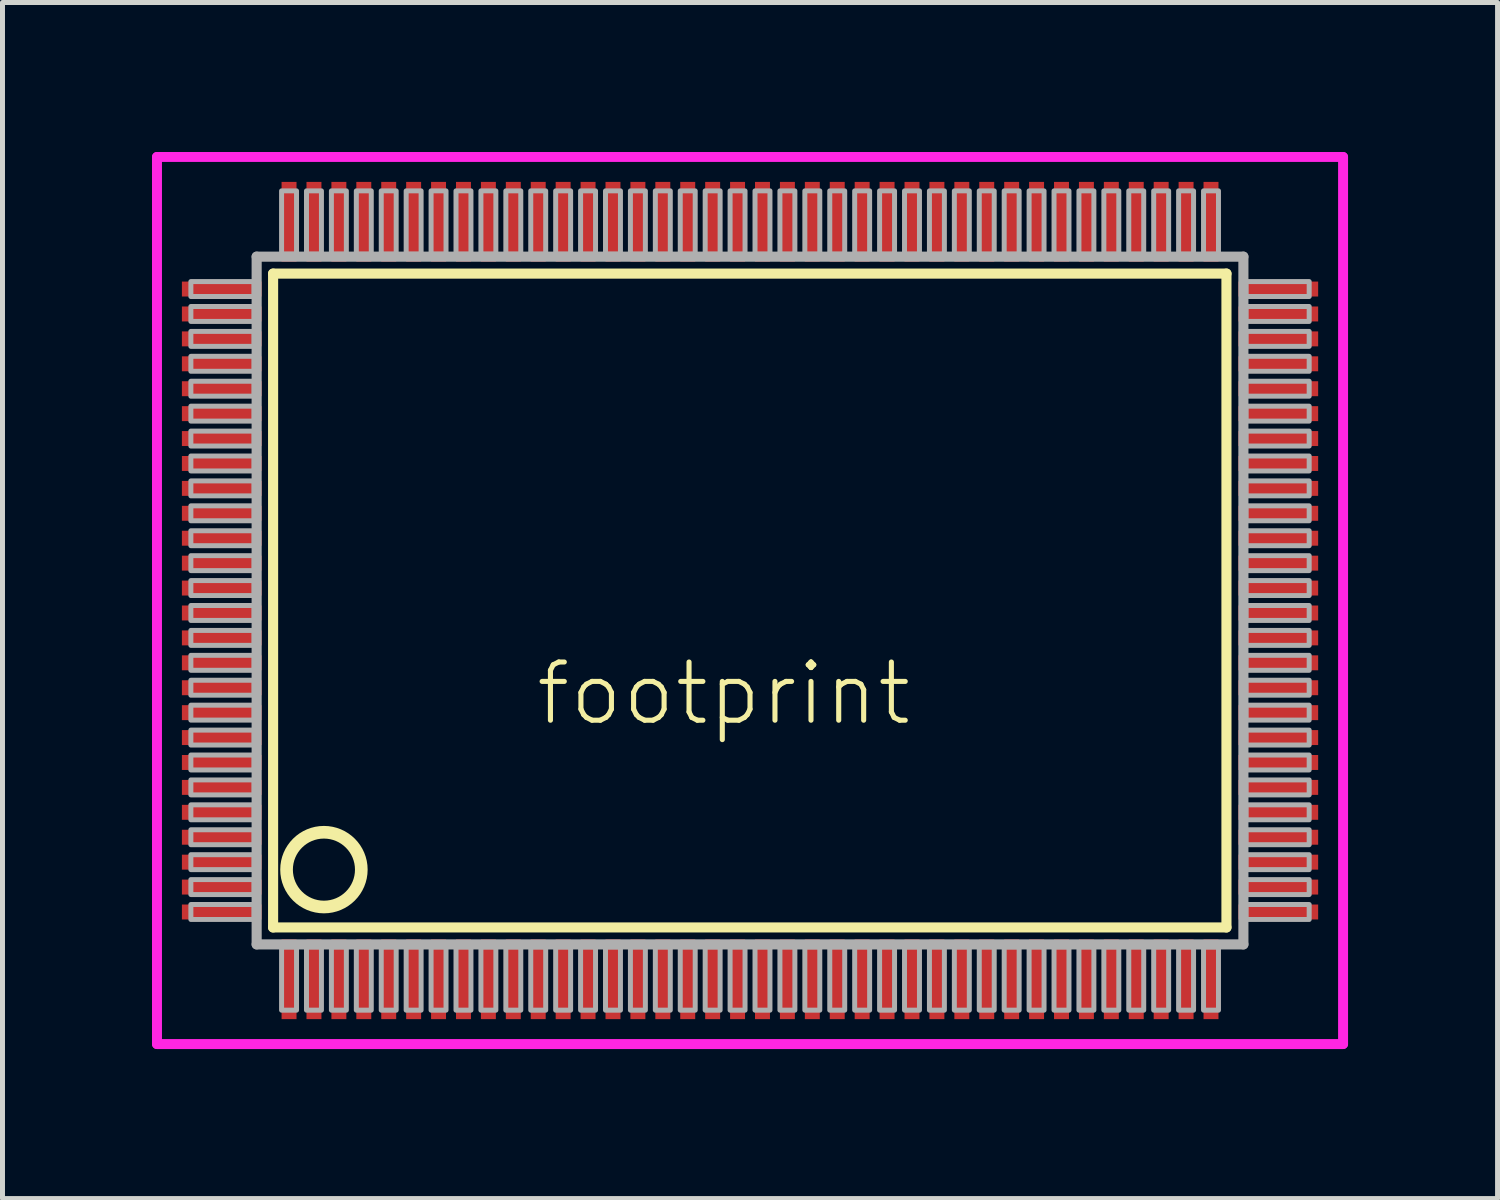
<source format=kicad_pcb>
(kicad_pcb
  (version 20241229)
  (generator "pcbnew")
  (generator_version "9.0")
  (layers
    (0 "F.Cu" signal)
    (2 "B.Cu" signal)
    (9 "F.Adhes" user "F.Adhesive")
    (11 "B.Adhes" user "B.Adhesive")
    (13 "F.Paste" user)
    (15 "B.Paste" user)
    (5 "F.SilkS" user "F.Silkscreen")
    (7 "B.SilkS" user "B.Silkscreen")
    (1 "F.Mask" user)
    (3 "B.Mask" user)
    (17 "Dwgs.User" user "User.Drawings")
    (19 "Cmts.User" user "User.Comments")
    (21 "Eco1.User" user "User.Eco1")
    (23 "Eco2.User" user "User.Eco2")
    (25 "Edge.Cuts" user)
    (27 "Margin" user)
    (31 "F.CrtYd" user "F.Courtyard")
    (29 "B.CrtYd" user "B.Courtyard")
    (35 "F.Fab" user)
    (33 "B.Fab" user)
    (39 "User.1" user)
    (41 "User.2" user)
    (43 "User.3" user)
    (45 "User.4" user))
  (footprint "footprint"
    (layer "F.Cu")
    (at 12 9)
    (property "Reference" "footprint" (at -4.35 2.55 0) (layer "F.SilkS") (effects (font (size 1.168 1.168) (thickness 0.102)) (justify left bottom)))
    (fp_line (start -9.57 -6.56) (end 9.56 -6.56) (stroke (width 0.203) (type solid)) (layer "F.SilkS"))
    (fp_line (start -9.57 6.56) (end -9.57 -6.56) (stroke (width 0.203) (type solid)) (layer "F.SilkS"))
    (fp_line (start 9.56 -6.56) (end 9.56 6.56) (stroke (width 0.203) (type solid)) (layer "F.SilkS"))
    (fp_line (start 9.56 6.56) (end -9.57 6.56) (stroke (width 0.203) (type solid)) (layer "F.SilkS"))
    (fp_circle (center -8.55 5.4) (end -7.8 5.4) (stroke (width 0.254) (type solid)) (fill no) (layer "F.SilkS"))
    (fp_line (start -11.9 -8.9) (end 11.9 -8.9) (stroke (width 0.2) (type solid)) (layer "F.CrtYd"))
    (fp_line (start -11.9 8.9) (end -11.9 -8.9) (stroke (width 0.2) (type solid)) (layer "F.CrtYd"))
    (fp_line (start 11.9 -8.9) (end 11.9 8.9) (stroke (width 0.2) (type solid)) (layer "F.CrtYd"))
    (fp_line (start 11.9 8.9) (end -11.9 8.9) (stroke (width 0.2) (type solid)) (layer "F.CrtYd"))
    (fp_line (start -9.9 -6.9) (end -9.9 6.9) (stroke (width 0.203) (type solid)) (layer "F.Fab"))
    (fp_line (start -9.9 6.9) (end 9.9 6.9) (stroke (width 0.203) (type solid)) (layer "F.Fab"))
    (fp_line (start 9.9 -6.9) (end -9.9 -6.9) (stroke (width 0.203) (type solid)) (layer "F.Fab"))
    (fp_line (start 9.9 6.9) (end 9.9 -6.9) (stroke (width 0.203) (type solid)) (layer "F.Fab"))
    (fp_poly (pts (xy -11.22 -6.1) (xy -9.95 -6.1) (xy -9.95 -6.4) (xy -11.22 -6.4)) (stroke (width 0.1) (type solid)) (fill no) (layer "F.Fab"))
    (fp_poly (pts (xy -11.22 -5.6) (xy -9.95 -5.6) (xy -9.95 -5.9) (xy -11.22 -5.9)) (stroke (width 0.1) (type solid)) (fill no) (layer "F.Fab"))
    (fp_poly (pts (xy -11.22 -5.1) (xy -9.95 -5.1) (xy -9.95 -5.4) (xy -11.22 -5.4)) (stroke (width 0.1) (type solid)) (fill no) (layer "F.Fab"))
    (fp_poly (pts (xy -11.22 -4.6) (xy -9.95 -4.6) (xy -9.95 -4.9) (xy -11.22 -4.9)) (stroke (width 0.1) (type solid)) (fill no) (layer "F.Fab"))
    (fp_poly (pts (xy -11.22 -4.1) (xy -9.95 -4.1) (xy -9.95 -4.4) (xy -11.22 -4.4)) (stroke (width 0.1) (type solid)) (fill no) (layer "F.Fab"))
    (fp_poly (pts (xy -11.22 -3.6) (xy -9.95 -3.6) (xy -9.95 -3.9) (xy -11.22 -3.9)) (stroke (width 0.1) (type solid)) (fill no) (layer "F.Fab"))
    (fp_poly (pts (xy -11.22 -3.1) (xy -9.95 -3.1) (xy -9.95 -3.4) (xy -11.22 -3.4)) (stroke (width 0.1) (type solid)) (fill no) (layer "F.Fab"))
    (fp_poly (pts (xy -11.22 -2.6) (xy -9.95 -2.6) (xy -9.95 -2.9) (xy -11.22 -2.9)) (stroke (width 0.1) (type solid)) (fill no) (layer "F.Fab"))
    (fp_poly (pts (xy -11.22 -2.1) (xy -9.95 -2.1) (xy -9.95 -2.4) (xy -11.22 -2.4)) (stroke (width 0.1) (type solid)) (fill no) (layer "F.Fab"))
    (fp_poly (pts (xy -11.22 -1.6) (xy -9.95 -1.6) (xy -9.95 -1.9) (xy -11.22 -1.9)) (stroke (width 0.1) (type solid)) (fill no) (layer "F.Fab"))
    (fp_poly (pts (xy -11.22 -1.1) (xy -9.95 -1.1) (xy -9.95 -1.4) (xy -11.22 -1.4)) (stroke (width 0.1) (type solid)) (fill no) (layer "F.Fab"))
    (fp_poly (pts (xy -11.22 -0.6) (xy -9.95 -0.6) (xy -9.95 -0.9) (xy -11.22 -0.9)) (stroke (width 0.1) (type solid)) (fill no) (layer "F.Fab"))
    (fp_poly (pts (xy -11.22 -0.1) (xy -9.95 -0.1) (xy -9.95 -0.4) (xy -11.22 -0.4)) (stroke (width 0.1) (type solid)) (fill no) (layer "F.Fab"))
    (fp_poly (pts (xy -11.22 0.4) (xy -9.95 0.4) (xy -9.95 0.1) (xy -11.22 0.1)) (stroke (width 0.1) (type solid)) (fill no) (layer "F.Fab"))
    (fp_poly (pts (xy -11.22 0.9) (xy -9.95 0.9) (xy -9.95 0.6) (xy -11.22 0.6)) (stroke (width 0.1) (type solid)) (fill no) (layer "F.Fab"))
    (fp_poly (pts (xy -11.22 1.4) (xy -9.95 1.4) (xy -9.95 1.1) (xy -11.22 1.1)) (stroke (width 0.1) (type solid)) (fill no) (layer "F.Fab"))
    (fp_poly (pts (xy -11.22 1.9) (xy -9.95 1.9) (xy -9.95 1.6) (xy -11.22 1.6)) (stroke (width 0.1) (type solid)) (fill no) (layer "F.Fab"))
    (fp_poly (pts (xy -11.22 2.4) (xy -9.95 2.4) (xy -9.95 2.1) (xy -11.22 2.1)) (stroke (width 0.1) (type solid)) (fill no) (layer "F.Fab"))
    (fp_poly (pts (xy -11.22 2.9) (xy -9.95 2.9) (xy -9.95 2.6) (xy -11.22 2.6)) (stroke (width 0.1) (type solid)) (fill no) (layer "F.Fab"))
    (fp_poly (pts (xy -11.22 3.4) (xy -9.95 3.4) (xy -9.95 3.1) (xy -11.22 3.1)) (stroke (width 0.1) (type solid)) (fill no) (layer "F.Fab"))
    (fp_poly (pts (xy -11.22 3.9) (xy -9.95 3.9) (xy -9.95 3.6) (xy -11.22 3.6)) (stroke (width 0.1) (type solid)) (fill no) (layer "F.Fab"))
    (fp_poly (pts (xy -11.22 4.4) (xy -9.95 4.4) (xy -9.95 4.1) (xy -11.22 4.1)) (stroke (width 0.1) (type solid)) (fill no) (layer "F.Fab"))
    (fp_poly (pts (xy -11.22 4.9) (xy -9.95 4.9) (xy -9.95 4.6) (xy -11.22 4.6)) (stroke (width 0.1) (type solid)) (fill no) (layer "F.Fab"))
    (fp_poly (pts (xy -11.22 5.4) (xy -9.95 5.4) (xy -9.95 5.1) (xy -11.22 5.1)) (stroke (width 0.1) (type solid)) (fill no) (layer "F.Fab"))
    (fp_poly (pts (xy -11.22 5.9) (xy -9.95 5.9) (xy -9.95 5.6) (xy -11.22 5.6)) (stroke (width 0.1) (type solid)) (fill no) (layer "F.Fab"))
    (fp_poly (pts (xy -11.22 6.4) (xy -9.95 6.4) (xy -9.95 6.1) (xy -11.22 6.1)) (stroke (width 0.1) (type solid)) (fill no) (layer "F.Fab"))
    (fp_poly (pts (xy -9.4 -6.95) (xy -9.1 -6.95) (xy -9.1 -8.22) (xy -9.4 -8.22)) (stroke (width 0.1) (type solid)) (fill no) (layer "F.Fab"))
    (fp_poly (pts (xy -9.4 8.22) (xy -9.1 8.22) (xy -9.1 6.95) (xy -9.4 6.95)) (stroke (width 0.1) (type solid)) (fill no) (layer "F.Fab"))
    (fp_poly (pts (xy -8.9 -6.95) (xy -8.6 -6.95) (xy -8.6 -8.22) (xy -8.9 -8.22)) (stroke (width 0.1) (type solid)) (fill no) (layer "F.Fab"))
    (fp_poly (pts (xy -8.9 8.22) (xy -8.6 8.22) (xy -8.6 6.95) (xy -8.9 6.95)) (stroke (width 0.1) (type solid)) (fill no) (layer "F.Fab"))
    (fp_poly (pts (xy -8.4 -6.95) (xy -8.1 -6.95) (xy -8.1 -8.22) (xy -8.4 -8.22)) (stroke (width 0.1) (type solid)) (fill no) (layer "F.Fab"))
    (fp_poly (pts (xy -8.4 8.22) (xy -8.1 8.22) (xy -8.1 6.95) (xy -8.4 6.95)) (stroke (width 0.1) (type solid)) (fill no) (layer "F.Fab"))
    (fp_poly (pts (xy -7.9 -6.95) (xy -7.6 -6.95) (xy -7.6 -8.22) (xy -7.9 -8.22)) (stroke (width 0.1) (type solid)) (fill no) (layer "F.Fab"))
    (fp_poly (pts (xy -7.9 8.22) (xy -7.6 8.22) (xy -7.6 6.95) (xy -7.9 6.95)) (stroke (width 0.1) (type solid)) (fill no) (layer "F.Fab"))
    (fp_poly (pts (xy -7.4 -6.95) (xy -7.1 -6.95) (xy -7.1 -8.22) (xy -7.4 -8.22)) (stroke (width 0.1) (type solid)) (fill no) (layer "F.Fab"))
    (fp_poly (pts (xy -7.4 8.22) (xy -7.1 8.22) (xy -7.1 6.95) (xy -7.4 6.95)) (stroke (width 0.1) (type solid)) (fill no) (layer "F.Fab"))
    (fp_poly (pts (xy -6.9 -6.95) (xy -6.6 -6.95) (xy -6.6 -8.22) (xy -6.9 -8.22)) (stroke (width 0.1) (type solid)) (fill no) (layer "F.Fab"))
    (fp_poly (pts (xy -6.9 8.22) (xy -6.6 8.22) (xy -6.6 6.95) (xy -6.9 6.95)) (stroke (width 0.1) (type solid)) (fill no) (layer "F.Fab"))
    (fp_poly (pts (xy -6.4 -6.95) (xy -6.1 -6.95) (xy -6.1 -8.22) (xy -6.4 -8.22)) (stroke (width 0.1) (type solid)) (fill no) (layer "F.Fab"))
    (fp_poly (pts (xy -6.4 8.22) (xy -6.1 8.22) (xy -6.1 6.95) (xy -6.4 6.95)) (stroke (width 0.1) (type solid)) (fill no) (layer "F.Fab"))
    (fp_poly (pts (xy -5.9 -6.95) (xy -5.6 -6.95) (xy -5.6 -8.22) (xy -5.9 -8.22)) (stroke (width 0.1) (type solid)) (fill no) (layer "F.Fab"))
    (fp_poly (pts (xy -5.9 8.22) (xy -5.6 8.22) (xy -5.6 6.95) (xy -5.9 6.95)) (stroke (width 0.1) (type solid)) (fill no) (layer "F.Fab"))
    (fp_poly (pts (xy -5.4 -6.95) (xy -5.1 -6.95) (xy -5.1 -8.22) (xy -5.4 -8.22)) (stroke (width 0.1) (type solid)) (fill no) (layer "F.Fab"))
    (fp_poly (pts (xy -5.4 8.22) (xy -5.1 8.22) (xy -5.1 6.95) (xy -5.4 6.95)) (stroke (width 0.1) (type solid)) (fill no) (layer "F.Fab"))
    (fp_poly (pts (xy -4.9 -6.95) (xy -4.6 -6.95) (xy -4.6 -8.22) (xy -4.9 -8.22)) (stroke (width 0.1) (type solid)) (fill no) (layer "F.Fab"))
    (fp_poly (pts (xy -4.9 8.22) (xy -4.6 8.22) (xy -4.6 6.95) (xy -4.9 6.95)) (stroke (width 0.1) (type solid)) (fill no) (layer "F.Fab"))
    (fp_poly (pts (xy -4.4 -6.95) (xy -4.1 -6.95) (xy -4.1 -8.22) (xy -4.4 -8.22)) (stroke (width 0.1) (type solid)) (fill no) (layer "F.Fab"))
    (fp_poly (pts (xy -4.4 8.22) (xy -4.1 8.22) (xy -4.1 6.95) (xy -4.4 6.95)) (stroke (width 0.1) (type solid)) (fill no) (layer "F.Fab"))
    (fp_poly (pts (xy -3.9 -6.95) (xy -3.6 -6.95) (xy -3.6 -8.22) (xy -3.9 -8.22)) (stroke (width 0.1) (type solid)) (fill no) (layer "F.Fab"))
    (fp_poly (pts (xy -3.9 8.22) (xy -3.6 8.22) (xy -3.6 6.95) (xy -3.9 6.95)) (stroke (width 0.1) (type solid)) (fill no) (layer "F.Fab"))
    (fp_poly (pts (xy -3.4 -6.95) (xy -3.1 -6.95) (xy -3.1 -8.22) (xy -3.4 -8.22)) (stroke (width 0.1) (type solid)) (fill no) (layer "F.Fab"))
    (fp_poly (pts (xy -3.4 8.22) (xy -3.1 8.22) (xy -3.1 6.95) (xy -3.4 6.95)) (stroke (width 0.1) (type solid)) (fill no) (layer "F.Fab"))
    (fp_poly (pts (xy -2.9 -6.95) (xy -2.6 -6.95) (xy -2.6 -8.22) (xy -2.9 -8.22)) (stroke (width 0.1) (type solid)) (fill no) (layer "F.Fab"))
    (fp_poly (pts (xy -2.9 8.22) (xy -2.6 8.22) (xy -2.6 6.95) (xy -2.9 6.95)) (stroke (width 0.1) (type solid)) (fill no) (layer "F.Fab"))
    (fp_poly (pts (xy -2.4 -6.95) (xy -2.1 -6.95) (xy -2.1 -8.22) (xy -2.4 -8.22)) (stroke (width 0.1) (type solid)) (fill no) (layer "F.Fab"))
    (fp_poly (pts (xy -2.4 8.22) (xy -2.1 8.22) (xy -2.1 6.95) (xy -2.4 6.95)) (stroke (width 0.1) (type solid)) (fill no) (layer "F.Fab"))
    (fp_poly (pts (xy -1.9 -6.95) (xy -1.6 -6.95) (xy -1.6 -8.22) (xy -1.9 -8.22)) (stroke (width 0.1) (type solid)) (fill no) (layer "F.Fab"))
    (fp_poly (pts (xy -1.9 8.22) (xy -1.6 8.22) (xy -1.6 6.95) (xy -1.9 6.95)) (stroke (width 0.1) (type solid)) (fill no) (layer "F.Fab"))
    (fp_poly (pts (xy -1.4 -6.95) (xy -1.1 -6.95) (xy -1.1 -8.22) (xy -1.4 -8.22)) (stroke (width 0.1) (type solid)) (fill no) (layer "F.Fab"))
    (fp_poly (pts (xy -1.4 8.22) (xy -1.1 8.22) (xy -1.1 6.95) (xy -1.4 6.95)) (stroke (width 0.1) (type solid)) (fill no) (layer "F.Fab"))
    (fp_poly (pts (xy -0.9 -6.95) (xy -0.6 -6.95) (xy -0.6 -8.22) (xy -0.9 -8.22)) (stroke (width 0.1) (type solid)) (fill no) (layer "F.Fab"))
    (fp_poly (pts (xy -0.9 8.22) (xy -0.6 8.22) (xy -0.6 6.95) (xy -0.9 6.95)) (stroke (width 0.1) (type solid)) (fill no) (layer "F.Fab"))
    (fp_poly (pts (xy -0.4 -6.95) (xy -0.1 -6.95) (xy -0.1 -8.22) (xy -0.4 -8.22)) (stroke (width 0.1) (type solid)) (fill no) (layer "F.Fab"))
    (fp_poly (pts (xy -0.4 8.22) (xy -0.1 8.22) (xy -0.1 6.95) (xy -0.4 6.95)) (stroke (width 0.1) (type solid)) (fill no) (layer "F.Fab"))
    (fp_poly (pts (xy 0.1 -6.95) (xy 0.4 -6.95) (xy 0.4 -8.22) (xy 0.1 -8.22)) (stroke (width 0.1) (type solid)) (fill no) (layer "F.Fab"))
    (fp_poly (pts (xy 0.1 8.22) (xy 0.4 8.22) (xy 0.4 6.95) (xy 0.1 6.95)) (stroke (width 0.1) (type solid)) (fill no) (layer "F.Fab"))
    (fp_poly (pts (xy 0.6 -6.95) (xy 0.9 -6.95) (xy 0.9 -8.22) (xy 0.6 -8.22)) (stroke (width 0.1) (type solid)) (fill no) (layer "F.Fab"))
    (fp_poly (pts (xy 0.6 8.22) (xy 0.9 8.22) (xy 0.9 6.95) (xy 0.6 6.95)) (stroke (width 0.1) (type solid)) (fill no) (layer "F.Fab"))
    (fp_poly (pts (xy 1.1 -6.95) (xy 1.4 -6.95) (xy 1.4 -8.22) (xy 1.1 -8.22)) (stroke (width 0.1) (type solid)) (fill no) (layer "F.Fab"))
    (fp_poly (pts (xy 1.1 8.22) (xy 1.4 8.22) (xy 1.4 6.95) (xy 1.1 6.95)) (stroke (width 0.1) (type solid)) (fill no) (layer "F.Fab"))
    (fp_poly (pts (xy 1.6 -6.95) (xy 1.9 -6.95) (xy 1.9 -8.22) (xy 1.6 -8.22)) (stroke (width 0.1) (type solid)) (fill no) (layer "F.Fab"))
    (fp_poly (pts (xy 1.6 8.22) (xy 1.9 8.22) (xy 1.9 6.95) (xy 1.6 6.95)) (stroke (width 0.1) (type solid)) (fill no) (layer "F.Fab"))
    (fp_poly (pts (xy 2.1 -6.95) (xy 2.4 -6.95) (xy 2.4 -8.22) (xy 2.1 -8.22)) (stroke (width 0.1) (type solid)) (fill no) (layer "F.Fab"))
    (fp_poly (pts (xy 2.1 8.22) (xy 2.4 8.22) (xy 2.4 6.95) (xy 2.1 6.95)) (stroke (width 0.1) (type solid)) (fill no) (layer "F.Fab"))
    (fp_poly (pts (xy 2.6 -6.95) (xy 2.9 -6.95) (xy 2.9 -8.22) (xy 2.6 -8.22)) (stroke (width 0.1) (type solid)) (fill no) (layer "F.Fab"))
    (fp_poly (pts (xy 2.6 8.22) (xy 2.9 8.22) (xy 2.9 6.95) (xy 2.6 6.95)) (stroke (width 0.1) (type solid)) (fill no) (layer "F.Fab"))
    (fp_poly (pts (xy 3.1 -6.95) (xy 3.4 -6.95) (xy 3.4 -8.22) (xy 3.1 -8.22)) (stroke (width 0.1) (type solid)) (fill no) (layer "F.Fab"))
    (fp_poly (pts (xy 3.1 8.22) (xy 3.4 8.22) (xy 3.4 6.95) (xy 3.1 6.95)) (stroke (width 0.1) (type solid)) (fill no) (layer "F.Fab"))
    (fp_poly (pts (xy 3.6 -6.95) (xy 3.9 -6.95) (xy 3.9 -8.22) (xy 3.6 -8.22)) (stroke (width 0.1) (type solid)) (fill no) (layer "F.Fab"))
    (fp_poly (pts (xy 3.6 8.22) (xy 3.9 8.22) (xy 3.9 6.95) (xy 3.6 6.95)) (stroke (width 0.1) (type solid)) (fill no) (layer "F.Fab"))
    (fp_poly (pts (xy 4.1 -6.95) (xy 4.4 -6.95) (xy 4.4 -8.22) (xy 4.1 -8.22)) (stroke (width 0.1) (type solid)) (fill no) (layer "F.Fab"))
    (fp_poly (pts (xy 4.1 8.22) (xy 4.4 8.22) (xy 4.4 6.95) (xy 4.1 6.95)) (stroke (width 0.1) (type solid)) (fill no) (layer "F.Fab"))
    (fp_poly (pts (xy 4.6 -6.95) (xy 4.9 -6.95) (xy 4.9 -8.22) (xy 4.6 -8.22)) (stroke (width 0.1) (type solid)) (fill no) (layer "F.Fab"))
    (fp_poly (pts (xy 4.6 8.22) (xy 4.9 8.22) (xy 4.9 6.95) (xy 4.6 6.95)) (stroke (width 0.1) (type solid)) (fill no) (layer "F.Fab"))
    (fp_poly (pts (xy 5.1 -6.95) (xy 5.4 -6.95) (xy 5.4 -8.22) (xy 5.1 -8.22)) (stroke (width 0.1) (type solid)) (fill no) (layer "F.Fab"))
    (fp_poly (pts (xy 5.1 8.22) (xy 5.4 8.22) (xy 5.4 6.95) (xy 5.1 6.95)) (stroke (width 0.1) (type solid)) (fill no) (layer "F.Fab"))
    (fp_poly (pts (xy 5.6 -6.95) (xy 5.9 -6.95) (xy 5.9 -8.22) (xy 5.6 -8.22)) (stroke (width 0.1) (type solid)) (fill no) (layer "F.Fab"))
    (fp_poly (pts (xy 5.6 8.22) (xy 5.9 8.22) (xy 5.9 6.95) (xy 5.6 6.95)) (stroke (width 0.1) (type solid)) (fill no) (layer "F.Fab"))
    (fp_poly (pts (xy 6.1 -6.95) (xy 6.4 -6.95) (xy 6.4 -8.22) (xy 6.1 -8.22)) (stroke (width 0.1) (type solid)) (fill no) (layer "F.Fab"))
    (fp_poly (pts (xy 6.1 8.22) (xy 6.4 8.22) (xy 6.4 6.95) (xy 6.1 6.95)) (stroke (width 0.1) (type solid)) (fill no) (layer "F.Fab"))
    (fp_poly (pts (xy 6.6 -6.95) (xy 6.9 -6.95) (xy 6.9 -8.22) (xy 6.6 -8.22)) (stroke (width 0.1) (type solid)) (fill no) (layer "F.Fab"))
    (fp_poly (pts (xy 6.6 8.22) (xy 6.9 8.22) (xy 6.9 6.95) (xy 6.6 6.95)) (stroke (width 0.1) (type solid)) (fill no) (layer "F.Fab"))
    (fp_poly (pts (xy 7.1 -6.95) (xy 7.4 -6.95) (xy 7.4 -8.22) (xy 7.1 -8.22)) (stroke (width 0.1) (type solid)) (fill no) (layer "F.Fab"))
    (fp_poly (pts (xy 7.1 8.22) (xy 7.4 8.22) (xy 7.4 6.95) (xy 7.1 6.95)) (stroke (width 0.1) (type solid)) (fill no) (layer "F.Fab"))
    (fp_poly (pts (xy 7.6 -6.95) (xy 7.9 -6.95) (xy 7.9 -8.22) (xy 7.6 -8.22)) (stroke (width 0.1) (type solid)) (fill no) (layer "F.Fab"))
    (fp_poly (pts (xy 7.6 8.22) (xy 7.9 8.22) (xy 7.9 6.95) (xy 7.6 6.95)) (stroke (width 0.1) (type solid)) (fill no) (layer "F.Fab"))
    (fp_poly (pts (xy 8.1 -6.95) (xy 8.4 -6.95) (xy 8.4 -8.22) (xy 8.1 -8.22)) (stroke (width 0.1) (type solid)) (fill no) (layer "F.Fab"))
    (fp_poly (pts (xy 8.1 8.22) (xy 8.4 8.22) (xy 8.4 6.95) (xy 8.1 6.95)) (stroke (width 0.1) (type solid)) (fill no) (layer "F.Fab"))
    (fp_poly (pts (xy 8.6 -6.95) (xy 8.9 -6.95) (xy 8.9 -8.22) (xy 8.6 -8.22)) (stroke (width 0.1) (type solid)) (fill no) (layer "F.Fab"))
    (fp_poly (pts (xy 8.6 8.22) (xy 8.9 8.22) (xy 8.9 6.95) (xy 8.6 6.95)) (stroke (width 0.1) (type solid)) (fill no) (layer "F.Fab"))
    (fp_poly (pts (xy 9.1 -6.95) (xy 9.4 -6.95) (xy 9.4 -8.22) (xy 9.1 -8.22)) (stroke (width 0.1) (type solid)) (fill no) (layer "F.Fab"))
    (fp_poly (pts (xy 9.1 8.22) (xy 9.4 8.22) (xy 9.4 6.95) (xy 9.1 6.95)) (stroke (width 0.1) (type solid)) (fill no) (layer "F.Fab"))
    (fp_poly (pts (xy 9.95 -6.1) (xy 11.22 -6.1) (xy 11.22 -6.4) (xy 9.95 -6.4)) (stroke (width 0.1) (type solid)) (fill no) (layer "F.Fab"))
    (fp_poly (pts (xy 9.95 -5.6) (xy 11.22 -5.6) (xy 11.22 -5.9) (xy 9.95 -5.9)) (stroke (width 0.1) (type solid)) (fill no) (layer "F.Fab"))
    (fp_poly (pts (xy 9.95 -5.1) (xy 11.22 -5.1) (xy 11.22 -5.4) (xy 9.95 -5.4)) (stroke (width 0.1) (type solid)) (fill no) (layer "F.Fab"))
    (fp_poly (pts (xy 9.95 -4.6) (xy 11.22 -4.6) (xy 11.22 -4.9) (xy 9.95 -4.9)) (stroke (width 0.1) (type solid)) (fill no) (layer "F.Fab"))
    (fp_poly (pts (xy 9.95 -4.1) (xy 11.22 -4.1) (xy 11.22 -4.4) (xy 9.95 -4.4)) (stroke (width 0.1) (type solid)) (fill no) (layer "F.Fab"))
    (fp_poly (pts (xy 9.95 -3.6) (xy 11.22 -3.6) (xy 11.22 -3.9) (xy 9.95 -3.9)) (stroke (width 0.1) (type solid)) (fill no) (layer "F.Fab"))
    (fp_poly (pts (xy 9.95 -3.1) (xy 11.22 -3.1) (xy 11.22 -3.4) (xy 9.95 -3.4)) (stroke (width 0.1) (type solid)) (fill no) (layer "F.Fab"))
    (fp_poly (pts (xy 9.95 -2.6) (xy 11.22 -2.6) (xy 11.22 -2.9) (xy 9.95 -2.9)) (stroke (width 0.1) (type solid)) (fill no) (layer "F.Fab"))
    (fp_poly (pts (xy 9.95 -2.1) (xy 11.22 -2.1) (xy 11.22 -2.4) (xy 9.95 -2.4)) (stroke (width 0.1) (type solid)) (fill no) (layer "F.Fab"))
    (fp_poly (pts (xy 9.95 -1.6) (xy 11.22 -1.6) (xy 11.22 -1.9) (xy 9.95 -1.9)) (stroke (width 0.1) (type solid)) (fill no) (layer "F.Fab"))
    (fp_poly (pts (xy 9.95 -1.1) (xy 11.22 -1.1) (xy 11.22 -1.4) (xy 9.95 -1.4)) (stroke (width 0.1) (type solid)) (fill no) (layer "F.Fab"))
    (fp_poly (pts (xy 9.95 -0.6) (xy 11.22 -0.6) (xy 11.22 -0.9) (xy 9.95 -0.9)) (stroke (width 0.1) (type solid)) (fill no) (layer "F.Fab"))
    (fp_poly (pts (xy 9.95 -0.1) (xy 11.22 -0.1) (xy 11.22 -0.4) (xy 9.95 -0.4)) (stroke (width 0.1) (type solid)) (fill no) (layer "F.Fab"))
    (fp_poly (pts (xy 9.95 0.4) (xy 11.22 0.4) (xy 11.22 0.1) (xy 9.95 0.1)) (stroke (width 0.1) (type solid)) (fill no) (layer "F.Fab"))
    (fp_poly (pts (xy 9.95 0.9) (xy 11.22 0.9) (xy 11.22 0.6) (xy 9.95 0.6)) (stroke (width 0.1) (type solid)) (fill no) (layer "F.Fab"))
    (fp_poly (pts (xy 9.95 1.4) (xy 11.22 1.4) (xy 11.22 1.1) (xy 9.95 1.1)) (stroke (width 0.1) (type solid)) (fill no) (layer "F.Fab"))
    (fp_poly (pts (xy 9.95 1.9) (xy 11.22 1.9) (xy 11.22 1.6) (xy 9.95 1.6)) (stroke (width 0.1) (type solid)) (fill no) (layer "F.Fab"))
    (fp_poly (pts (xy 9.95 2.4) (xy 11.22 2.4) (xy 11.22 2.1) (xy 9.95 2.1)) (stroke (width 0.1) (type solid)) (fill no) (layer "F.Fab"))
    (fp_poly (pts (xy 9.95 2.9) (xy 11.22 2.9) (xy 11.22 2.6) (xy 9.95 2.6)) (stroke (width 0.1) (type solid)) (fill no) (layer "F.Fab"))
    (fp_poly (pts (xy 9.95 3.4) (xy 11.22 3.4) (xy 11.22 3.1) (xy 9.95 3.1)) (stroke (width 0.1) (type solid)) (fill no) (layer "F.Fab"))
    (fp_poly (pts (xy 9.95 3.9) (xy 11.22 3.9) (xy 11.22 3.6) (xy 9.95 3.6)) (stroke (width 0.1) (type solid)) (fill no) (layer "F.Fab"))
    (fp_poly (pts (xy 9.95 4.4) (xy 11.22 4.4) (xy 11.22 4.1) (xy 9.95 4.1)) (stroke (width 0.1) (type solid)) (fill no) (layer "F.Fab"))
    (fp_poly (pts (xy 9.95 4.9) (xy 11.22 4.9) (xy 11.22 4.6) (xy 9.95 4.6)) (stroke (width 0.1) (type solid)) (fill no) (layer "F.Fab"))
    (fp_poly (pts (xy 9.95 5.4) (xy 11.22 5.4) (xy 11.22 5.1) (xy 9.95 5.1)) (stroke (width 0.1) (type solid)) (fill no) (layer "F.Fab"))
    (fp_poly (pts (xy 9.95 5.9) (xy 11.22 5.9) (xy 11.22 5.6) (xy 9.95 5.6)) (stroke (width 0.1) (type solid)) (fill no) (layer "F.Fab"))
    (fp_poly (pts (xy 9.95 6.4) (xy 11.22 6.4) (xy 11.22 6.1) (xy 9.95 6.1)) (stroke (width 0.1) (type solid)) (fill no) (layer "F.Fab"))
    (pad "1" smd rect (at -9.25 7.6) (size 0.3 1.6) (layers "F.Cu" "F.Mask" "F.Paste"))
    (pad "2" smd rect (at -8.75 7.6) (size 0.3 1.6) (layers "F.Cu" "F.Mask" "F.Paste"))
    (pad "3" smd rect (at -8.25 7.6) (size 0.3 1.6) (layers "F.Cu" "F.Mask" "F.Paste"))
    (pad "4" smd rect (at -7.75 7.6) (size 0.3 1.6) (layers "F.Cu" "F.Mask" "F.Paste"))
    (pad "5" smd rect (at -7.25 7.6) (size 0.3 1.6) (layers "F.Cu" "F.Mask" "F.Paste"))
    (pad "6" smd rect (at -6.75 7.6) (size 0.3 1.6) (layers "F.Cu" "F.Mask" "F.Paste"))
    (pad "7" smd rect (at -6.25 7.6) (size 0.3 1.6) (layers "F.Cu" "F.Mask" "F.Paste"))
    (pad "8" smd rect (at -5.75 7.6) (size 0.3 1.6) (layers "F.Cu" "F.Mask" "F.Paste"))
    (pad "9" smd rect (at -5.25 7.6) (size 0.3 1.6) (layers "F.Cu" "F.Mask" "F.Paste"))
    (pad "10" smd rect (at -4.75 7.6) (size 0.3 1.6) (layers "F.Cu" "F.Mask" "F.Paste"))
    (pad "11" smd rect (at -4.25 7.6) (size 0.3 1.6) (layers "F.Cu" "F.Mask" "F.Paste"))
    (pad "12" smd rect (at -3.75 7.6) (size 0.3 1.6) (layers "F.Cu" "F.Mask" "F.Paste"))
    (pad "13" smd rect (at -3.25 7.6) (size 0.3 1.6) (layers "F.Cu" "F.Mask" "F.Paste"))
    (pad "14" smd rect (at -2.75 7.6) (size 0.3 1.6) (layers "F.Cu" "F.Mask" "F.Paste"))
    (pad "15" smd rect (at -2.25 7.6) (size 0.3 1.6) (layers "F.Cu" "F.Mask" "F.Paste"))
    (pad "16" smd rect (at -1.75 7.6) (size 0.3 1.6) (layers "F.Cu" "F.Mask" "F.Paste"))
    (pad "17" smd rect (at -1.25 7.6) (size 0.3 1.6) (layers "F.Cu" "F.Mask" "F.Paste"))
    (pad "18" smd rect (at -0.75 7.6) (size 0.3 1.6) (layers "F.Cu" "F.Mask" "F.Paste"))
    (pad "19" smd rect (at -0.25 7.6) (size 0.3 1.6) (layers "F.Cu" "F.Mask" "F.Paste"))
    (pad "20" smd rect (at 0.25 7.6) (size 0.3 1.6) (layers "F.Cu" "F.Mask" "F.Paste"))
    (pad "21" smd rect (at 0.75 7.6) (size 0.3 1.6) (layers "F.Cu" "F.Mask" "F.Paste"))
    (pad "22" smd rect (at 1.25 7.6) (size 0.3 1.6) (layers "F.Cu" "F.Mask" "F.Paste"))
    (pad "23" smd rect (at 1.75 7.6) (size 0.3 1.6) (layers "F.Cu" "F.Mask" "F.Paste"))
    (pad "24" smd rect (at 2.25 7.6) (size 0.3 1.6) (layers "F.Cu" "F.Mask" "F.Paste"))
    (pad "25" smd rect (at 2.75 7.6) (size 0.3 1.6) (layers "F.Cu" "F.Mask" "F.Paste"))
    (pad "26" smd rect (at 3.25 7.6) (size 0.3 1.6) (layers "F.Cu" "F.Mask" "F.Paste"))
    (pad "27" smd rect (at 3.75 7.6) (size 0.3 1.6) (layers "F.Cu" "F.Mask" "F.Paste"))
    (pad "28" smd rect (at 4.25 7.6) (size 0.3 1.6) (layers "F.Cu" "F.Mask" "F.Paste"))
    (pad "29" smd rect (at 4.75 7.6) (size 0.3 1.6) (layers "F.Cu" "F.Mask" "F.Paste"))
    (pad "30" smd rect (at 5.25 7.6) (size 0.3 1.6) (layers "F.Cu" "F.Mask" "F.Paste"))
    (pad "31" smd rect (at 5.75 7.6) (size 0.3 1.6) (layers "F.Cu" "F.Mask" "F.Paste"))
    (pad "32" smd rect (at 6.25 7.6) (size 0.3 1.6) (layers "F.Cu" "F.Mask" "F.Paste"))
    (pad "33" smd rect (at 6.75 7.6) (size 0.3 1.6) (layers "F.Cu" "F.Mask" "F.Paste"))
    (pad "34" smd rect (at 7.25 7.6) (size 0.3 1.6) (layers "F.Cu" "F.Mask" "F.Paste"))
    (pad "35" smd rect (at 7.75 7.6) (size 0.3 1.6) (layers "F.Cu" "F.Mask" "F.Paste"))
    (pad "36" smd rect (at 8.25 7.6) (size 0.3 1.6) (layers "F.Cu" "F.Mask" "F.Paste"))
    (pad "37" smd rect (at 8.75 7.6) (size 0.3 1.6) (layers "F.Cu" "F.Mask" "F.Paste"))
    (pad "38" smd rect (at 9.25 7.6) (size 0.3 1.6) (layers "F.Cu" "F.Mask" "F.Paste"))
    (pad "39" smd rect (at 10.6 6.25) (size 1.6 0.3) (layers "F.Cu" "F.Mask" "F.Paste"))
    (pad "40" smd rect (at 10.6 5.75) (size 1.6 0.3) (layers "F.Cu" "F.Mask" "F.Paste"))
    (pad "41" smd rect (at 10.6 5.25) (size 1.6 0.3) (layers "F.Cu" "F.Mask" "F.Paste"))
    (pad "42" smd rect (at 10.6 4.75) (size 1.6 0.3) (layers "F.Cu" "F.Mask" "F.Paste"))
    (pad "43" smd rect (at 10.6 4.25) (size 1.6 0.3) (layers "F.Cu" "F.Mask" "F.Paste"))
    (pad "44" smd rect (at 10.6 3.75) (size 1.6 0.3) (layers "F.Cu" "F.Mask" "F.Paste"))
    (pad "45" smd rect (at 10.6 3.25) (size 1.6 0.3) (layers "F.Cu" "F.Mask" "F.Paste"))
    (pad "46" smd rect (at 10.6 2.75) (size 1.6 0.3) (layers "F.Cu" "F.Mask" "F.Paste"))
    (pad "47" smd rect (at 10.6 2.25) (size 1.6 0.3) (layers "F.Cu" "F.Mask" "F.Paste"))
    (pad "48" smd rect (at 10.6 1.75) (size 1.6 0.3) (layers "F.Cu" "F.Mask" "F.Paste"))
    (pad "49" smd rect (at 10.6 1.25) (size 1.6 0.3) (layers "F.Cu" "F.Mask" "F.Paste"))
    (pad "50" smd rect (at 10.6 0.75) (size 1.6 0.3) (layers "F.Cu" "F.Mask" "F.Paste"))
    (pad "51" smd rect (at 10.6 0.25) (size 1.6 0.3) (layers "F.Cu" "F.Mask" "F.Paste"))
    (pad "52" smd rect (at 10.6 -0.25) (size 1.6 0.3) (layers "F.Cu" "F.Mask" "F.Paste"))
    (pad "53" smd rect (at 10.6 -0.75) (size 1.6 0.3) (layers "F.Cu" "F.Mask" "F.Paste"))
    (pad "54" smd rect (at 10.6 -1.25) (size 1.6 0.3) (layers "F.Cu" "F.Mask" "F.Paste"))
    (pad "55" smd rect (at 10.6 -1.75) (size 1.6 0.3) (layers "F.Cu" "F.Mask" "F.Paste"))
    (pad "56" smd rect (at 10.6 -2.25) (size 1.6 0.3) (layers "F.Cu" "F.Mask" "F.Paste"))
    (pad "57" smd rect (at 10.6 -2.75) (size 1.6 0.3) (layers "F.Cu" "F.Mask" "F.Paste"))
    (pad "58" smd rect (at 10.6 -3.25) (size 1.6 0.3) (layers "F.Cu" "F.Mask" "F.Paste"))
    (pad "59" smd rect (at 10.6 -3.75) (size 1.6 0.3) (layers "F.Cu" "F.Mask" "F.Paste"))
    (pad "60" smd rect (at 10.6 -4.25) (size 1.6 0.3) (layers "F.Cu" "F.Mask" "F.Paste"))
    (pad "61" smd rect (at 10.6 -4.75) (size 1.6 0.3) (layers "F.Cu" "F.Mask" "F.Paste"))
    (pad "62" smd rect (at 10.6 -5.25) (size 1.6 0.3) (layers "F.Cu" "F.Mask" "F.Paste"))
    (pad "63" smd rect (at 10.6 -5.75) (size 1.6 0.3) (layers "F.Cu" "F.Mask" "F.Paste"))
    (pad "64" smd rect (at 10.6 -6.25) (size 1.6 0.3) (layers "F.Cu" "F.Mask" "F.Paste"))
    (pad "65" smd rect (at 9.25 -7.6) (size 0.3 1.6) (layers "F.Cu" "F.Mask" "F.Paste"))
    (pad "66" smd rect (at 8.75 -7.6) (size 0.3 1.6) (layers "F.Cu" "F.Mask" "F.Paste"))
    (pad "67" smd rect (at 8.25 -7.6) (size 0.3 1.6) (layers "F.Cu" "F.Mask" "F.Paste"))
    (pad "68" smd rect (at 7.75 -7.6) (size 0.3 1.6) (layers "F.Cu" "F.Mask" "F.Paste"))
    (pad "69" smd rect (at 7.25 -7.6) (size 0.3 1.6) (layers "F.Cu" "F.Mask" "F.Paste"))
    (pad "70" smd rect (at 6.75 -7.6) (size 0.3 1.6) (layers "F.Cu" "F.Mask" "F.Paste"))
    (pad "71" smd rect (at 6.25 -7.6) (size 0.3 1.6) (layers "F.Cu" "F.Mask" "F.Paste"))
    (pad "72" smd rect (at 5.75 -7.6) (size 0.3 1.6) (layers "F.Cu" "F.Mask" "F.Paste"))
    (pad "73" smd rect (at 5.25 -7.6) (size 0.3 1.6) (layers "F.Cu" "F.Mask" "F.Paste"))
    (pad "74" smd rect (at 4.75 -7.6) (size 0.3 1.6) (layers "F.Cu" "F.Mask" "F.Paste"))
    (pad "75" smd rect (at 4.25 -7.6) (size 0.3 1.6) (layers "F.Cu" "F.Mask" "F.Paste"))
    (pad "76" smd rect (at 3.75 -7.6) (size 0.3 1.6) (layers "F.Cu" "F.Mask" "F.Paste"))
    (pad "77" smd rect (at 3.25 -7.6) (size 0.3 1.6) (layers "F.Cu" "F.Mask" "F.Paste"))
    (pad "78" smd rect (at 2.75 -7.6) (size 0.3 1.6) (layers "F.Cu" "F.Mask" "F.Paste"))
    (pad "79" smd rect (at 2.25 -7.6) (size 0.3 1.6) (layers "F.Cu" "F.Mask" "F.Paste"))
    (pad "80" smd rect (at 1.75 -7.6) (size 0.3 1.6) (layers "F.Cu" "F.Mask" "F.Paste"))
    (pad "81" smd rect (at 1.25 -7.6) (size 0.3 1.6) (layers "F.Cu" "F.Mask" "F.Paste"))
    (pad "82" smd rect (at 0.75 -7.6) (size 0.3 1.6) (layers "F.Cu" "F.Mask" "F.Paste"))
    (pad "83" smd rect (at 0.25 -7.6) (size 0.3 1.6) (layers "F.Cu" "F.Mask" "F.Paste"))
    (pad "84" smd rect (at -0.25 -7.6) (size 0.3 1.6) (layers "F.Cu" "F.Mask" "F.Paste"))
    (pad "85" smd rect (at -0.75 -7.6) (size 0.3 1.6) (layers "F.Cu" "F.Mask" "F.Paste"))
    (pad "86" smd rect (at -1.25 -7.6) (size 0.3 1.6) (layers "F.Cu" "F.Mask" "F.Paste"))
    (pad "87" smd rect (at -1.75 -7.6) (size 0.3 1.6) (layers "F.Cu" "F.Mask" "F.Paste"))
    (pad "88" smd rect (at -2.25 -7.6) (size 0.3 1.6) (layers "F.Cu" "F.Mask" "F.Paste"))
    (pad "89" smd rect (at -2.75 -7.6) (size 0.3 1.6) (layers "F.Cu" "F.Mask" "F.Paste"))
    (pad "90" smd rect (at -3.25 -7.6) (size 0.3 1.6) (layers "F.Cu" "F.Mask" "F.Paste"))
    (pad "91" smd rect (at -3.75 -7.6) (size 0.3 1.6) (layers "F.Cu" "F.Mask" "F.Paste"))
    (pad "92" smd rect (at -4.25 -7.6) (size 0.3 1.6) (layers "F.Cu" "F.Mask" "F.Paste"))
    (pad "93" smd rect (at -4.75 -7.6) (size 0.3 1.6) (layers "F.Cu" "F.Mask" "F.Paste"))
    (pad "94" smd rect (at -5.25 -7.6) (size 0.3 1.6) (layers "F.Cu" "F.Mask" "F.Paste"))
    (pad "95" smd rect (at -5.75 -7.6) (size 0.3 1.6) (layers "F.Cu" "F.Mask" "F.Paste"))
    (pad "96" smd rect (at -6.25 -7.6) (size 0.3 1.6) (layers "F.Cu" "F.Mask" "F.Paste"))
    (pad "97" smd rect (at -6.75 -7.6) (size 0.3 1.6) (layers "F.Cu" "F.Mask" "F.Paste"))
    (pad "98" smd rect (at -7.25 -7.6) (size 0.3 1.6) (layers "F.Cu" "F.Mask" "F.Paste"))
    (pad "99" smd rect (at -7.75 -7.6) (size 0.3 1.6) (layers "F.Cu" "F.Mask" "F.Paste"))
    (pad "100" smd rect (at -8.25 -7.6) (size 0.3 1.6) (layers "F.Cu" "F.Mask" "F.Paste"))
    (pad "101" smd rect (at -8.75 -7.6) (size 0.3 1.6) (layers "F.Cu" "F.Mask" "F.Paste"))
    (pad "102" smd rect (at -9.25 -7.6) (size 0.3 1.6) (layers "F.Cu" "F.Mask" "F.Paste"))
    (pad "103" smd rect (at -10.6 -6.25) (size 1.6 0.3) (layers "F.Cu" "F.Mask" "F.Paste"))
    (pad "104" smd rect (at -10.6 -5.75) (size 1.6 0.3) (layers "F.Cu" "F.Mask" "F.Paste"))
    (pad "105" smd rect (at -10.6 -5.25) (size 1.6 0.3) (layers "F.Cu" "F.Mask" "F.Paste"))
    (pad "106" smd rect (at -10.6 -4.75) (size 1.6 0.3) (layers "F.Cu" "F.Mask" "F.Paste"))
    (pad "107" smd rect (at -10.6 -4.25) (size 1.6 0.3) (layers "F.Cu" "F.Mask" "F.Paste"))
    (pad "108" smd rect (at -10.6 -3.75) (size 1.6 0.3) (layers "F.Cu" "F.Mask" "F.Paste"))
    (pad "109" smd rect (at -10.6 -3.25) (size 1.6 0.3) (layers "F.Cu" "F.Mask" "F.Paste"))
    (pad "110" smd rect (at -10.6 -2.75) (size 1.6 0.3) (layers "F.Cu" "F.Mask" "F.Paste"))
    (pad "111" smd rect (at -10.6 -2.25) (size 1.6 0.3) (layers "F.Cu" "F.Mask" "F.Paste"))
    (pad "112" smd rect (at -10.6 -1.75) (size 1.6 0.3) (layers "F.Cu" "F.Mask" "F.Paste"))
    (pad "113" smd rect (at -10.6 -1.25) (size 1.6 0.3) (layers "F.Cu" "F.Mask" "F.Paste"))
    (pad "114" smd rect (at -10.6 -0.75) (size 1.6 0.3) (layers "F.Cu" "F.Mask" "F.Paste"))
    (pad "115" smd rect (at -10.6 -0.25) (size 1.6 0.3) (layers "F.Cu" "F.Mask" "F.Paste"))
    (pad "116" smd rect (at -10.6 0.25) (size 1.6 0.3) (layers "F.Cu" "F.Mask" "F.Paste"))
    (pad "117" smd rect (at -10.6 0.75) (size 1.6 0.3) (layers "F.Cu" "F.Mask" "F.Paste"))
    (pad "118" smd rect (at -10.6 1.25) (size 1.6 0.3) (layers "F.Cu" "F.Mask" "F.Paste"))
    (pad "119" smd rect (at -10.6 1.75) (size 1.6 0.3) (layers "F.Cu" "F.Mask" "F.Paste"))
    (pad "120" smd rect (at -10.6 2.25) (size 1.6 0.3) (layers "F.Cu" "F.Mask" "F.Paste"))
    (pad "121" smd rect (at -10.6 2.75) (size 1.6 0.3) (layers "F.Cu" "F.Mask" "F.Paste"))
    (pad "122" smd rect (at -10.6 3.25) (size 1.6 0.3) (layers "F.Cu" "F.Mask" "F.Paste"))
    (pad "123" smd rect (at -10.6 3.75) (size 1.6 0.3) (layers "F.Cu" "F.Mask" "F.Paste"))
    (pad "124" smd rect (at -10.6 4.25) (size 1.6 0.3) (layers "F.Cu" "F.Mask" "F.Paste"))
    (pad "125" smd rect (at -10.6 4.75) (size 1.6 0.3) (layers "F.Cu" "F.Mask" "F.Paste"))
    (pad "126" smd rect (at -10.6 5.25) (size 1.6 0.3) (layers "F.Cu" "F.Mask" "F.Paste"))
    (pad "127" smd rect (at -10.6 5.75) (size 1.6 0.3) (layers "F.Cu" "F.Mask" "F.Paste"))
    (pad "128" smd rect (at -10.6 6.25) (size 1.6 0.3) (layers "F.Cu" "F.Mask" "F.Paste")))
  (gr_rect
    (start -3 -3)
    (end 27 21)
    (stroke (width 0.1) (type default))
    (fill no)
    (layer "Edge.Cuts")))
</source>
